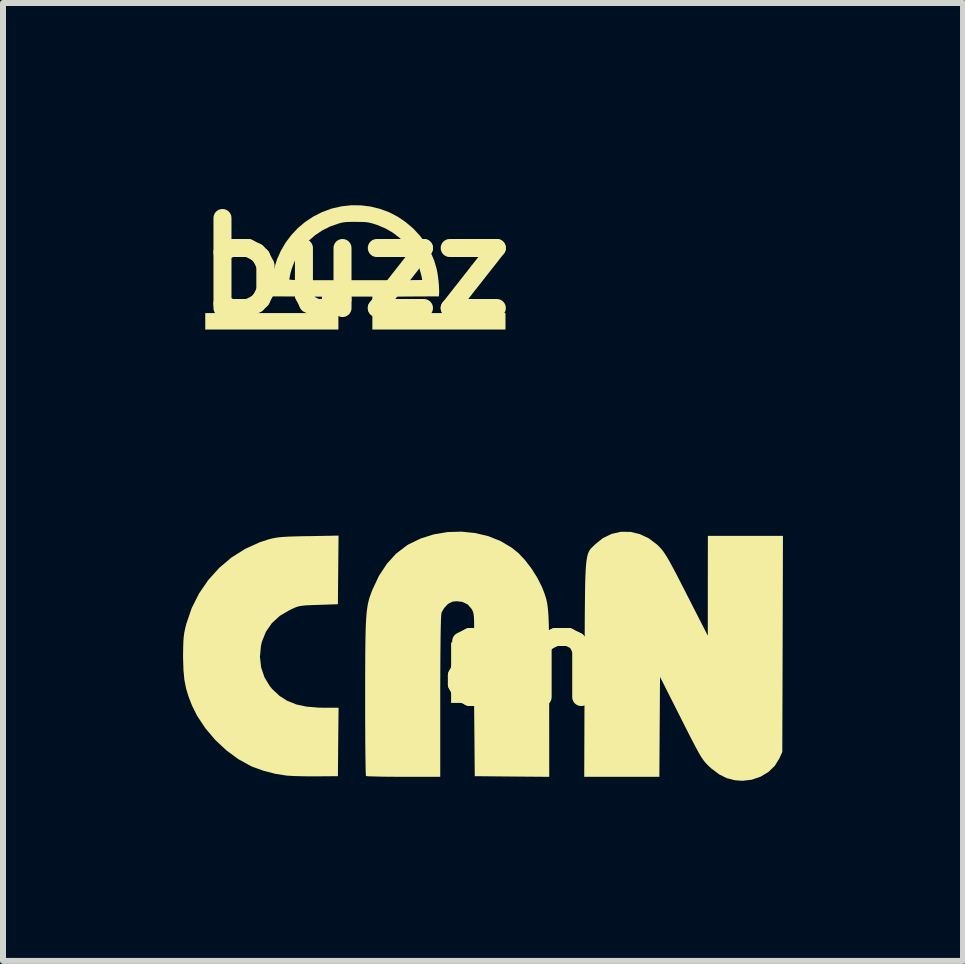
<source format=kicad_pcb>
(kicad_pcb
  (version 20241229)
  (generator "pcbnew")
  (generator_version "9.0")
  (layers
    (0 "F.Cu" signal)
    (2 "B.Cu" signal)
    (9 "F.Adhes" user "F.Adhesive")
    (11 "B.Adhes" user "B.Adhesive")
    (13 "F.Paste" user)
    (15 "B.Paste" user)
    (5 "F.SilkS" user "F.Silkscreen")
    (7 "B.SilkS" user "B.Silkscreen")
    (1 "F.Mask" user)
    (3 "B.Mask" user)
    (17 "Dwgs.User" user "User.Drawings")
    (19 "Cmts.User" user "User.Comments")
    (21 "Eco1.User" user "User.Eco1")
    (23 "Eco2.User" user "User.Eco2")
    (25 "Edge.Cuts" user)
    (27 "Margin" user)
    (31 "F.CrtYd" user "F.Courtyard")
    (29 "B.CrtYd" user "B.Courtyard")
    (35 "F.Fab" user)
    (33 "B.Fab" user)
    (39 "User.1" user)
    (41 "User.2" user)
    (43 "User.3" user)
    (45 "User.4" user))
  (footprint "buzz"
    (layer "F.Cu")
    (at 2.871 1.404)
    (property "Reference" "buzz" (at 0 0 0) (layer "F.SilkS") (effects (font (size 1.5 1.5) (thickness 0.3))))
    (attr board_only exclude_from_pos_files exclude_from_bom)
    (fp_poly (pts (xy 0.092 -1.033) (xy 0.251 -1.013) (xy 0.407 -0.975) (xy 0.557 -0.92) (xy 0.701 -0.846) (xy 0.702 -0.846) (xy 0.839 -0.753) (xy 0.964 -0.647) (xy 1.074 -0.529) (xy 1.17 -0.4) (xy 1.25 -0.261) (xy 1.313 -0.113) (xy 1.354 0.024) (xy 1.365 0.082) (xy 1.376 0.15) (xy 1.385 0.224) (xy 1.392 0.298) (xy 1.395 0.365) (xy 1.396 0.421) (xy 1.395 0.43) (xy 1.392 0.484) (xy 0.974 0.486) (xy 0.557 0.489) (xy 0.557 0.625) (xy 0.557 0.762) (xy 1.529 0.762) (xy 2.501 0.762) (xy 2.501 0.899) (xy 2.501 1.036) (xy 1.392 1.036) (xy 0.283 1.036) (xy 0.283 0.762) (xy 0.283 0.488) (xy 0 0.488) (xy -0.283 0.488) (xy -0.283 0.762) (xy -0.283 1.036) (xy -1.392 1.036) (xy -2.501 1.036) (xy -2.501 0.899) (xy -2.501 0.762) (xy -1.529 0.762) (xy -0.557 0.762) (xy -0.557 0.625) (xy -0.557 0.489) (xy -0.974 0.486) (xy -1.392 0.484) (xy -1.395 0.43) (xy -1.396 0.378) (xy -1.393 0.312) (xy -1.387 0.24) (xy -1.382 0.2) (xy -1.1 0.2) (xy -1.098 0.203) (xy -1.093 0.205) (xy -1.083 0.207) (xy -1.067 0.208) (xy -1.046 0.21) (xy -1.016 0.211) (xy -0.978 0.212) (xy -0.931 0.213) (xy -0.873 0.213) (xy -0.803 0.214) (xy -0.72 0.214) (xy -0.624 0.215) (xy -0.513 0.215) (xy -0.386 0.215) (xy -0.242 0.215) (xy -0.08 0.215) (xy 0.004 0.215) (xy 0.15 0.215) (xy 0.29 0.215) (xy 0.423 0.215) (xy 0.548 0.214) (xy 0.664 0.214) (xy 0.769 0.214) (xy 0.863 0.213) (xy 0.943 0.213) (xy 1.01 0.212) (xy 1.061 0.212) (xy 1.096 0.211) (xy 1.112 0.211) (xy 1.114 0.211) (xy 1.112 0.2) (xy 1.107 0.175) (xy 1.1 0.141) (xy 1.099 0.135) (xy 1.059 -0.011) (xy 1.003 -0.146) (xy 0.931 -0.271) (xy 0.844 -0.385) (xy 0.743 -0.486) (xy 0.629 -0.574) (xy 0.502 -0.647) (xy 0.364 -0.706) (xy 0.274 -0.734) (xy 0.241 -0.742) (xy 0.211 -0.748) (xy 0.179 -0.752) (xy 0.14 -0.755) (xy 0.092 -0.756) (xy 0.029 -0.757) (xy 0.005 -0.757) (xy -0.062 -0.757) (xy -0.113 -0.756) (xy -0.152 -0.754) (xy -0.185 -0.751) (xy -0.215 -0.746) (xy -0.246 -0.739) (xy -0.278 -0.73) (xy -0.419 -0.681) (xy -0.55 -0.616) (xy -0.671 -0.535) (xy -0.78 -0.44) (xy -0.875 -0.331) (xy -0.957 -0.211) (xy -0.988 -0.153) (xy -1.015 -0.095) (xy -1.04 -0.031) (xy -1.063 0.034) (xy -1.08 0.094) (xy -1.089 0.137) (xy -1.094 0.168) (xy -1.099 0.192) (xy -1.1 0.198) (xy -1.1 0.2) (xy -1.382 0.2) (xy -1.378 0.165) (xy -1.368 0.095) (xy -1.356 0.035) (xy -1.354 0.024) (xy -1.307 -0.129) (xy -1.242 -0.275) (xy -1.162 -0.412) (xy -1.067 -0.538) (xy -0.958 -0.654) (xy -0.837 -0.756) (xy -0.704 -0.844) (xy -0.562 -0.917) (xy -0.411 -0.974) (xy -0.387 -0.981) (xy -0.229 -1.017) (xy -0.068 -1.034)) (stroke (width 0) (type solid)) (fill yes) (layer "F.SilkS")))
  (footprint "can"
    (layer "F.Cu")
    (at 4.991 7.885)
    (property "Reference" "can" (at 0 0 0) (layer "F.SilkS") (effects (font (size 1.5 1.5) (thickness 0.3))))
    (attr board_only exclude_from_pos_files exclude_from_bom)
    (fp_poly (pts (xy 2.463 -2.073) (xy 2.62 -2.036) (xy 2.771 -1.964) (xy 2.912 -1.857) (xy 2.941 -1.828) (xy 2.972 -1.795) (xy 3.003 -1.757) (xy 3.035 -1.711) (xy 3.072 -1.653) (xy 3.115 -1.579) (xy 3.166 -1.485) (xy 3.229 -1.367) (xy 3.304 -1.221) (xy 3.395 -1.043) (xy 3.402 -1.029) (xy 3.752 -0.343) (xy 3.752 -1.175) (xy 3.753 -2.007) (xy 4.378 -2.007) (xy 5.004 -2.007) (xy 4.999 -0.207) (xy 4.993 1.594) (xy 4.945 1.7) (xy 4.868 1.825) (xy 4.761 1.928) (xy 4.631 2.006) (xy 4.484 2.056) (xy 4.328 2.074) (xy 4.202 2.065) (xy 4.067 2.03) (xy 3.941 1.967) (xy 3.815 1.872) (xy 3.779 1.84) (xy 3.746 1.808) (xy 3.716 1.777) (xy 3.688 1.742) (xy 3.658 1.701) (xy 3.625 1.648) (xy 3.586 1.58) (xy 3.54 1.493) (xy 3.482 1.383) (xy 3.412 1.246) (xy 3.327 1.078) (xy 3.304 1.032) (xy 2.956 0.343) (xy 2.95 1.175) (xy 2.945 2.007) (xy 2.319 2.007) (xy 1.693 2.007) (xy 1.699 0.227) (xy 1.7 -0.094) (xy 1.701 -0.378) (xy 1.702 -0.626) (xy 1.704 -0.842) (xy 1.706 -1.027) (xy 1.708 -1.185) (xy 1.712 -1.318) (xy 1.717 -1.429) (xy 1.723 -1.52) (xy 1.731 -1.594) (xy 1.741 -1.652) (xy 1.752 -1.699) (xy 1.766 -1.736) (xy 1.783 -1.767) (xy 1.802 -1.793) (xy 1.824 -1.816) (xy 1.849 -1.841) (xy 1.873 -1.864) (xy 2.005 -1.97) (xy 2.151 -2.04) (xy 2.305 -2.075)) (stroke (width 0) (type solid)) (fill yes) (layer "F.SilkS"))
    (fp_poly (pts (xy -2.406 -1.439) (xy -2.411 -0.868) (xy -2.734 -0.857) (xy -2.855 -0.853) (xy -2.944 -0.849) (xy -3.011 -0.842) (xy -3.063 -0.833) (xy -3.11 -0.818) (xy -3.159 -0.797) (xy -3.213 -0.772) (xy -3.379 -0.674) (xy -3.511 -0.553) (xy -3.611 -0.409) (xy -3.677 -0.243) (xy -3.693 -0.175) (xy -3.71 0.009) (xy -3.69 0.186) (xy -3.634 0.351) (xy -3.544 0.5) (xy -3.499 0.552) (xy -3.383 0.66) (xy -3.254 0.742) (xy -3.107 0.801) (xy -2.936 0.838) (xy -2.737 0.855) (xy -2.638 0.857) (xy -2.4 0.857) (xy -2.406 1.427) (xy -2.411 1.997) (xy -2.764 2) (xy -2.893 2) (xy -3.02 1.998) (xy -3.135 1.995) (xy -3.227 1.99) (xy -3.268 1.987) (xy -3.453 1.958) (xy -3.647 1.908) (xy -3.828 1.843) (xy -3.862 1.828) (xy -4.069 1.714) (xy -4.269 1.567) (xy -4.455 1.393) (xy -4.619 1.199) (xy -4.756 0.993) (xy -4.841 0.822) (xy -4.899 0.674) (xy -4.941 0.534) (xy -4.969 0.391) (xy -4.984 0.235) (xy -4.99 0.053) (xy -4.991 -0.01) (xy -4.989 -0.142) (xy -4.986 -0.244) (xy -4.98 -0.326) (xy -4.97 -0.398) (xy -4.954 -0.471) (xy -4.936 -0.543) (xy -4.847 -0.804) (xy -4.724 -1.048) (xy -4.57 -1.272) (xy -4.389 -1.473) (xy -4.183 -1.647) (xy -3.956 -1.79) (xy -3.712 -1.901) (xy -3.561 -1.95) (xy -3.504 -1.964) (xy -3.448 -1.975) (xy -3.384 -1.984) (xy -3.308 -1.99) (xy -3.212 -1.995) (xy -3.089 -1.999) (xy -2.935 -2.002) (xy -2.9 -2.002) (xy -2.4 -2.011)) (stroke (width 0) (type solid)) (fill yes) (layer "F.SilkS"))
    (fp_poly (pts (xy -0.125 -2.054) (xy 0.095 -2.002) (xy 0.3 -1.92) (xy 0.486 -1.809) (xy 0.595 -1.721) (xy 0.707 -1.603) (xy 0.816 -1.46) (xy 0.913 -1.306) (xy 0.988 -1.157) (xy 0.996 -1.137) (xy 1.017 -1.083) (xy 1.036 -1.033) (xy 1.051 -0.985) (xy 1.065 -0.935) (xy 1.076 -0.881) (xy 1.085 -0.818) (xy 1.092 -0.745) (xy 1.098 -0.656) (xy 1.102 -0.55) (xy 1.105 -0.423) (xy 1.107 -0.271) (xy 1.108 -0.092) (xy 1.109 0.117) (xy 1.109 0.361) (xy 1.109 0.631) (xy 1.11 2.008) (xy 0.489 2.003) (xy -0.131 1.997) (xy -0.136 1.387) (xy -0.142 0.777) (xy -0.333 0.777) (xy -0.525 0.777) (xy -0.525 0.272) (xy -0.525 -0.232) (xy -0.333 -0.232) (xy -0.141 -0.232) (xy -0.141 -0.477) (xy -0.142 -0.584) (xy -0.145 -0.66) (xy -0.152 -0.713) (xy -0.164 -0.753) (xy -0.182 -0.787) (xy -0.184 -0.79) (xy -0.25 -0.865) (xy -0.339 -0.907) (xy -0.432 -0.918) (xy -0.502 -0.911) (xy -0.559 -0.884) (xy -0.594 -0.856) (xy -0.645 -0.798) (xy -0.681 -0.734) (xy -0.685 -0.72) (xy -0.69 -0.683) (xy -0.694 -0.607) (xy -0.697 -0.494) (xy -0.7 -0.346) (xy -0.702 -0.163) (xy -0.704 0.053) (xy -0.705 0.301) (xy -0.706 0.578) (xy -0.706 0.681) (xy -0.706 2.007) (xy -1.318 2.007) (xy -1.471 2.007) (xy -1.611 2.006) (xy -1.733 2.004) (xy -1.832 2.001) (xy -1.902 1.999) (xy -1.939 1.995) (xy -1.944 1.994) (xy -1.946 1.972) (xy -1.948 1.913) (xy -1.95 1.821) (xy -1.952 1.698) (xy -1.954 1.549) (xy -1.955 1.376) (xy -1.956 1.184) (xy -1.957 0.975) (xy -1.957 0.754) (xy -1.957 0.685) (xy -1.957 0.403) (xy -1.956 0.157) (xy -1.955 -0.055) (xy -1.953 -0.236) (xy -1.95 -0.39) (xy -1.946 -0.52) (xy -1.94 -0.63) (xy -1.933 -0.722) (xy -1.923 -0.801) (xy -1.912 -0.869) (xy -1.898 -0.929) (xy -1.882 -0.986) (xy -1.862 -1.041) (xy -1.84 -1.1) (xy -1.837 -1.107) (xy -1.727 -1.341) (xy -1.595 -1.542) (xy -1.442 -1.71) (xy -1.269 -1.843) (xy -1.238 -1.863) (xy -1.032 -1.963) (xy -0.812 -2.032) (xy -0.584 -2.07) (xy -0.353 -2.077)) (stroke (width 0) (type solid)) (fill yes) (layer "F.SilkS")))
  (gr_rect
    (start -3 -3)
    (end 12.995 12.96)
    (stroke (width 0.1) (type default))
    (fill no)
    (layer "Edge.Cuts")))
</source>
